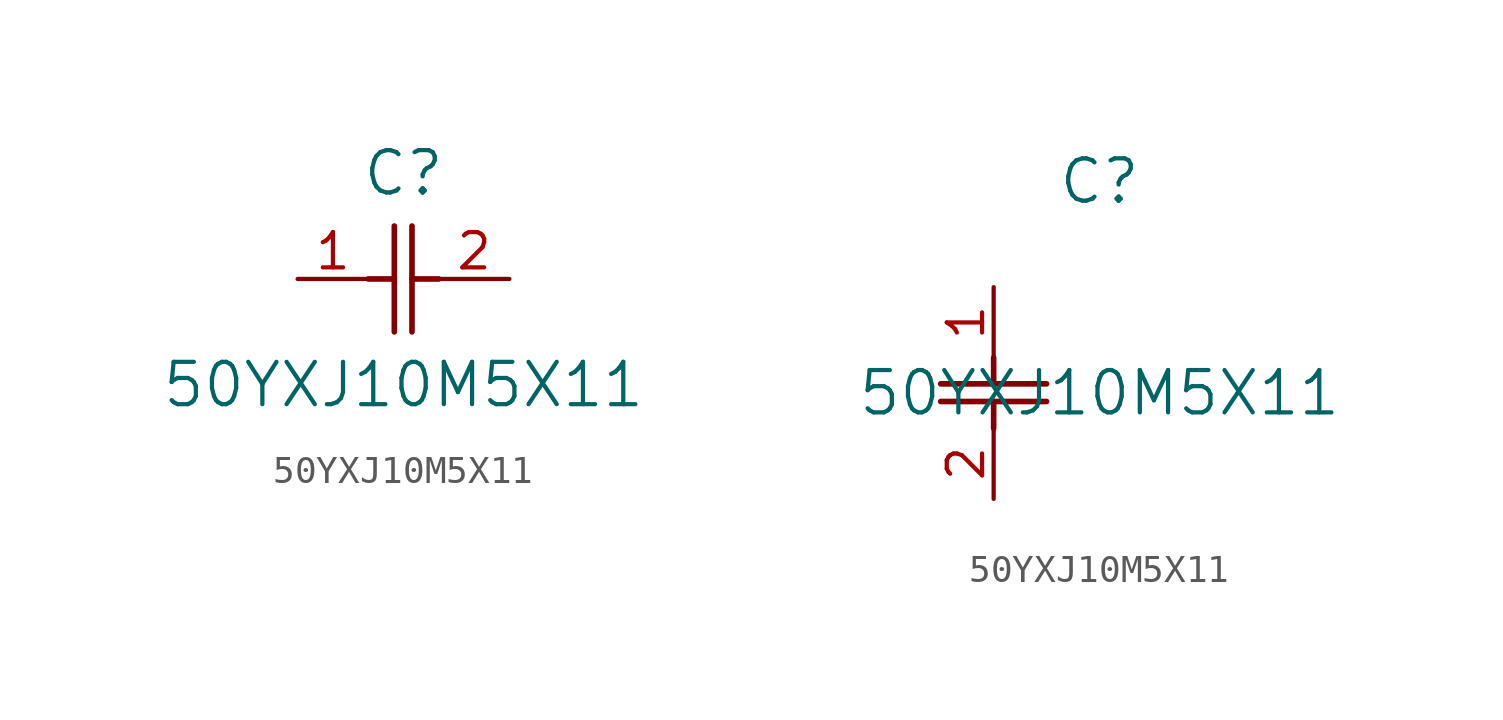
<source format=kicad_sym>
(kicad_symbol_lib
  (version 20211014)
  (generator kicad_symbol_editor)
  (symbol "50YXJ10M5X11"
    (pin_names
      (offset 0.254))
    (property "Reference" "C"
      (at 3.81 3.81 0)
      (effects (font (size 1.524 1.524))))
    (property "Value" "50YXJ10M5X11"
      (at 3.81 -3.81 0)
      (effects (font (size 1.524 1.524))))
    (symbol "50YXJ10M5X11_1_1"
      (polyline (pts (xy 3.48 -1.905) (xy 3.48 1.905)) (stroke (width 0.203) (type default) (color 0 0 0 0)) (fill (type none)))
      (polyline (pts (xy 4.115 -1.905) (xy 4.115 1.905)) (stroke (width 0.203) (type default) (color 0 0 0 0)) (fill (type none)))
      (polyline (pts (xy 4.115 0) (xy 5.08 0)) (stroke (width 0.203) (type default) (color 0 0 0 0)) (fill (type none)))
      (polyline (pts (xy 2.54 0) (xy 3.48 0)) (stroke (width 0.203) (type default) (color 0 0 0 0)) (fill (type none)))
      (pin unspecified line (at 0 0 0) (length 2.54) (name "" (effects (font (size 1.27 1.27)))) (number "1" (effects (font (size 1.27 1.27)))))
      (pin unspecified line (at 7.62 0 180) (length 2.54) (name "" (effects (font (size 1.27 1.27)))) (number "2" (effects (font (size 1.27 1.27))))))
    (symbol "50YXJ10M5X11_1_2"
      (polyline (pts (xy -1.905 -3.48) (xy 1.905 -3.48)) (stroke (width 0.203) (type default) (color 0 0 0 0)) (fill (type none)))
      (polyline (pts (xy -1.905 -4.115) (xy 1.905 -4.115)) (stroke (width 0.203) (type default) (color 0 0 0 0)) (fill (type none)))
      (polyline (pts (xy 0 -4.115) (xy 0 -5.08)) (stroke (width 0.203) (type default) (color 0 0 0 0)) (fill (type none)))
      (polyline (pts (xy 0 -2.54) (xy 0 -3.48)) (stroke (width 0.203) (type default) (color 0 0 0 0)) (fill (type none)))
      (pin unspecified line (at 0 0 270) (length 2.54) (name "" (effects (font (size 1.27 1.27)))) (number "1" (effects (font (size 1.27 1.27)))))
      (pin unspecified line (at 0 -7.62 90) (length 2.54) (name "" (effects (font (size 1.27 1.27)))) (number "2" (effects (font (size 1.27 1.27))))))))
</source>
